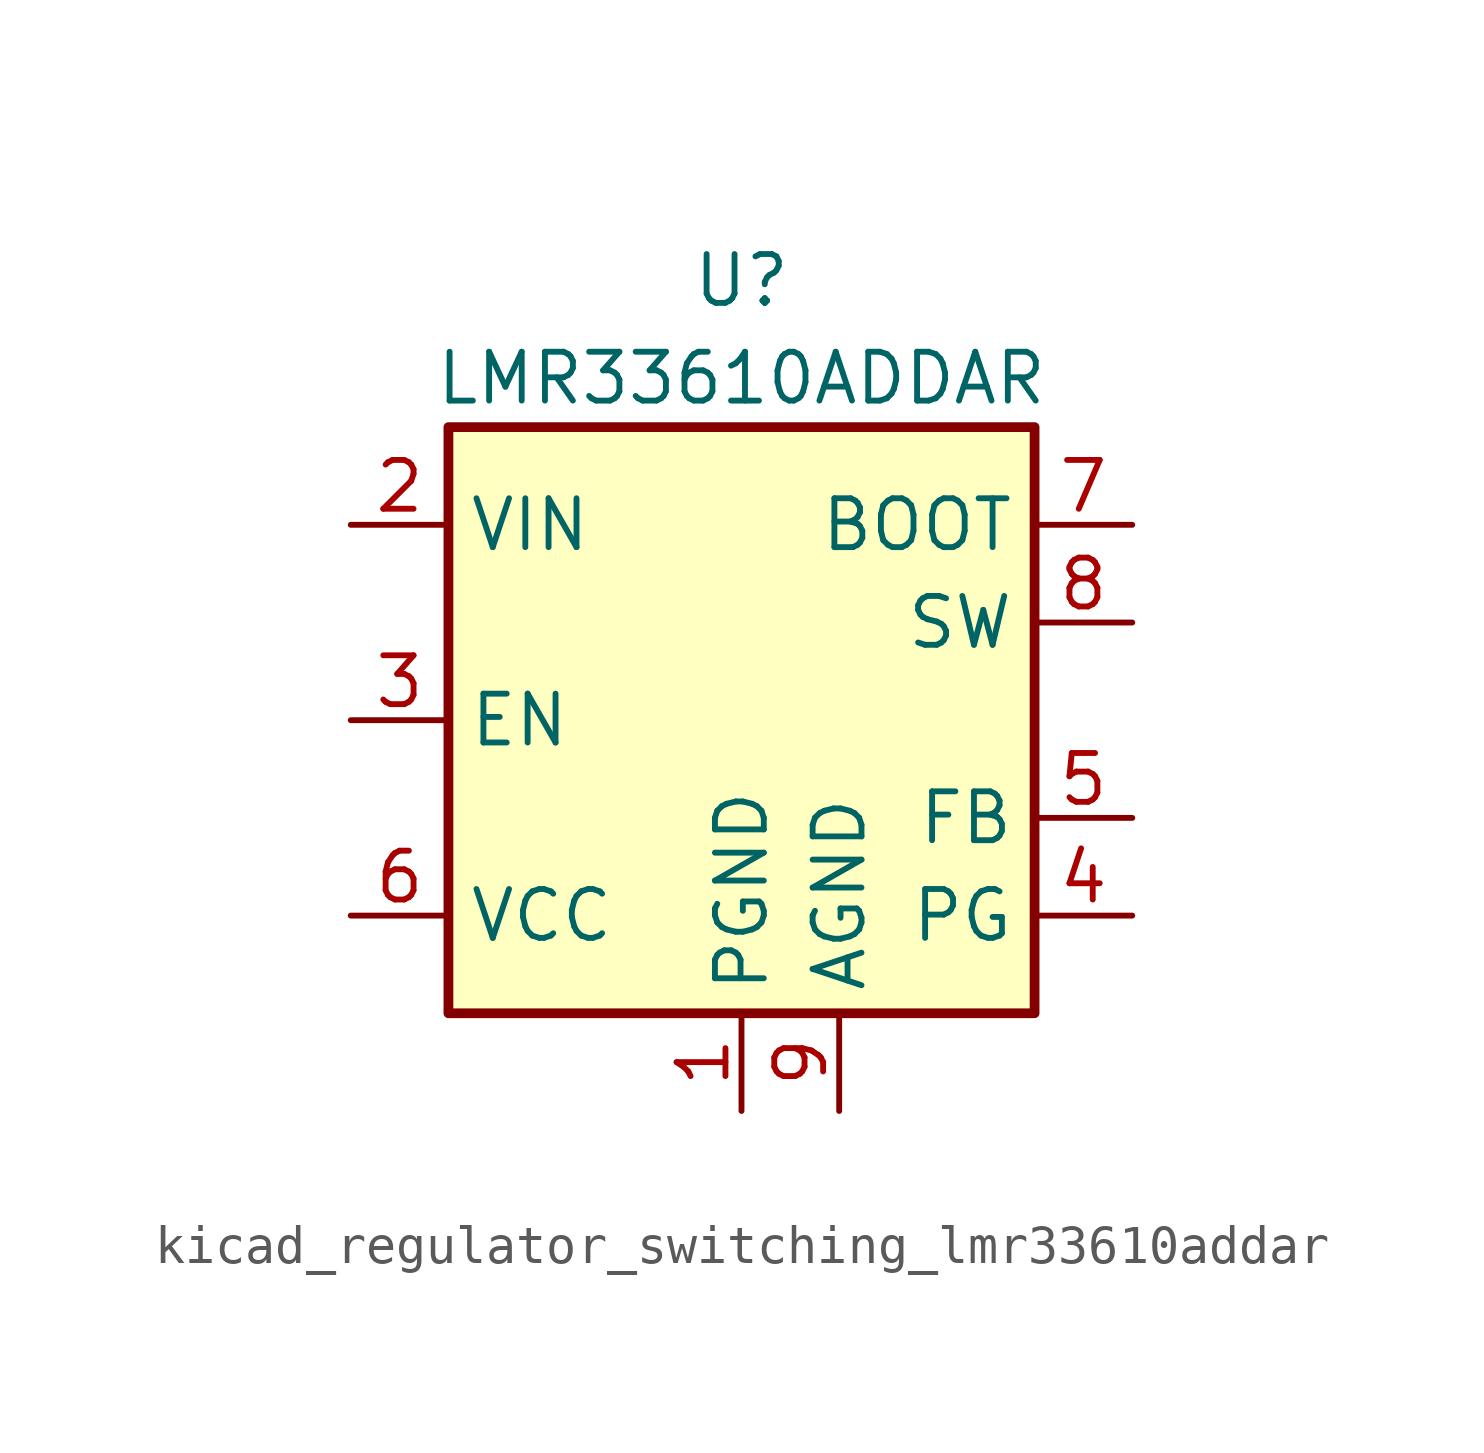
<source format=kicad_sym>
(kicad_symbol_lib
  (version 20220914)
  (generator kicad_symbol_editor)
  (symbol "kicad_regulator_switching_lmr33610addar"
    (property "Reference" "U"
      (at 0 11.43 0)
      (effects (font (size 1.27 1.27))))
    (property "Value" "LMR33610ADDAR"
      (at 0 8.89 0)
      (effects (font (size 1.27 1.27))))
    (symbol "kicad_regulator_switching_lmr33610addar_0_1"
      (rectangle (start -7.62 7.62) (end 7.62 -7.62) (stroke (width 0.254) (type default)) (fill (type background))))
    (symbol "kicad_regulator_switching_lmr33610addar_1_1"
      (pin power_in line (at 0 -10.16 90) (length 2.54) (name "PGND" (effects (font (size 1.27 1.27)))) (number "1" (effects (font (size 1.27 1.27)))))
      (pin power_in line (at -10.16 5.08 0) (length 2.54) (name "VIN" (effects (font (size 1.27 1.27)))) (number "2" (effects (font (size 1.27 1.27)))))
      (pin input line (at -10.16 0 0) (length 2.54) (name "EN" (effects (font (size 1.27 1.27)))) (number "3" (effects (font (size 1.27 1.27)))))
      (pin open_collector line (at 10.16 -5.08 180) (length 2.54) (name "PG" (effects (font (size 1.27 1.27)))) (number "4" (effects (font (size 1.27 1.27)))))
      (pin input line (at 10.16 -2.54 180) (length 2.54) (name "FB" (effects (font (size 1.27 1.27)))) (number "5" (effects (font (size 1.27 1.27)))))
      (pin power_out line (at -10.16 -5.08 0) (length 2.54) (name "VCC" (effects (font (size 1.27 1.27)))) (number "6" (effects (font (size 1.27 1.27)))))
      (pin input line (at 10.16 5.08 180) (length 2.54) (name "BOOT" (effects (font (size 1.27 1.27)))) (number "7" (effects (font (size 1.27 1.27)))))
      (pin output line (at 10.16 2.54 180) (length 2.54) (name "SW" (effects (font (size 1.27 1.27)))) (number "8" (effects (font (size 1.27 1.27)))))
      (pin power_in line (at 2.54 -10.16 90) (length 2.54) (name "AGND" (effects (font (size 1.27 1.27)))) (number "9" (effects (font (size 1.27 1.27))))))))
</source>
